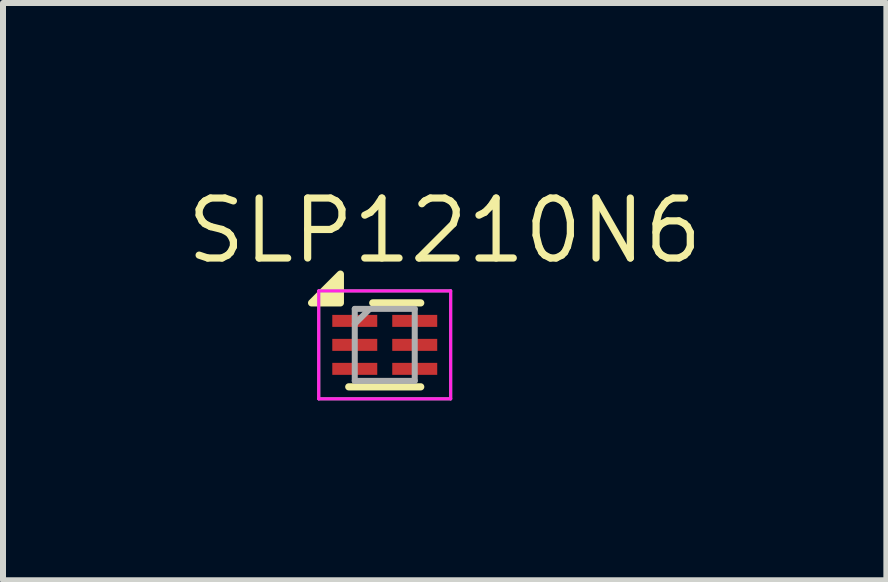
<source format=kicad_pcb>
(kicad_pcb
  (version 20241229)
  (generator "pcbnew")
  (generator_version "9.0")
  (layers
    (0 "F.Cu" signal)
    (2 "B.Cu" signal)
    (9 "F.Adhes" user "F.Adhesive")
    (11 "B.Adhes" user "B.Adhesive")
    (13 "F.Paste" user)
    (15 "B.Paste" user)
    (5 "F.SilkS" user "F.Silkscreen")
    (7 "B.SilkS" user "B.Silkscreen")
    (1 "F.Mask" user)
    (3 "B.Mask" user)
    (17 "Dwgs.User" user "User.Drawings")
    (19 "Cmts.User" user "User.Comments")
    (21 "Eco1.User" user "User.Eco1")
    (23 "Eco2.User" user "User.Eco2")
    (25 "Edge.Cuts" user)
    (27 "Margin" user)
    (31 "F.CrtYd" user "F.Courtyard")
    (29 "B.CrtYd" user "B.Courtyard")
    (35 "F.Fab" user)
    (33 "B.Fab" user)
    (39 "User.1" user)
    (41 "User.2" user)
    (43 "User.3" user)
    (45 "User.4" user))
  (footprint "SLP1210N6"
    (layer "F.Cu")
    (at 3.366 2.701)
    (property "Reference" "SLP1210N6" (at 1 -1.905 0) (layer "F.SilkS") (effects (font (size 1 1) (thickness 0.12))))
    (attr smd)
    (fp_line (start -0.6 0.7) (end 0.6 0.7) (stroke (width 0.12) (type solid)) (layer "F.SilkS"))
    (fp_line (start -0.2 -0.7) (end 0.6 -0.7) (stroke (width 0.12) (type solid)) (layer "F.SilkS"))
    (fp_poly (pts (xy -0.74 -0.7) (xy -1.22 -0.7) (xy -0.74 -1.18) (xy -0.74 -0.7)) (stroke (width 0.12) (type solid)) (fill yes) (layer "F.SilkS"))
    (fp_line (start -1.101 -0.9) (end 1.099 -0.9) (stroke (width 0.05) (type solid)) (layer "F.CrtYd"))
    (fp_line (start -1.101 0.9) (end -1.101 -0.9) (stroke (width 0.05) (type solid)) (layer "F.CrtYd"))
    (fp_line (start 1.099 -0.9) (end 1.099 0.9) (stroke (width 0.05) (type solid)) (layer "F.CrtYd"))
    (fp_line (start 1.099 0.9) (end -1.101 0.9) (stroke (width 0.05) (type solid)) (layer "F.CrtYd"))
    (fp_line (start -1.1 -0.9) (end 1.1 -0.9) (stroke (width 0.05) (type solid)) (layer "F.Fab"))
    (fp_line (start -1.1 0.9) (end -1.1 -0.9) (stroke (width 0.05) (type solid)) (layer "F.Fab"))
    (fp_line (start -0.5 -0.6) (end 0.5 -0.6) (stroke (width 0.1) (type solid)) (layer "F.Fab"))
    (fp_line (start -0.5 -0.35) (end -0.25 -0.6) (stroke (width 0.1) (type solid)) (layer "F.Fab"))
    (fp_line (start -0.5 0.6) (end -0.5 -0.6) (stroke (width 0.1) (type solid)) (layer "F.Fab"))
    (fp_line (start 0.5 -0.6) (end 0.5 0.6) (stroke (width 0.1) (type solid)) (layer "F.Fab"))
    (fp_line (start 0.5 0.6) (end -0.5 0.6) (stroke (width 0.1) (type solid)) (layer "F.Fab"))
    (fp_line (start 1.1 -0.9) (end 1.1 0.9) (stroke (width 0.05) (type solid)) (layer "F.Fab"))
    (fp_line (start 1.1 0.9) (end -1.1 0.9) (stroke (width 0.05) (type solid)) (layer "F.Fab"))
    (pad "1" smd rect (at -0.5 -0.4) (size 0.75 0.2) (layers "F.Cu" "F.Mask" "F.Paste"))
    (pad "2" smd rect (at -0.5 0) (size 0.75 0.2) (layers "F.Cu" "F.Mask" "F.Paste"))
    (pad "3" smd rect (at -0.5 0.4) (size 0.75 0.2) (layers "F.Cu" "F.Mask" "F.Paste"))
    (pad "4" smd rect (at 0.5 0.4) (size 0.75 0.2) (layers "F.Cu" "F.Mask" "F.Paste"))
    (pad "5" smd rect (at 0.5 0) (size 0.75 0.2) (layers "F.Cu" "F.Mask" "F.Paste"))
    (pad "6" smd rect (at 0.5 -0.4) (size 0.75 0.2) (layers "F.Cu" "F.Mask" "F.Paste")))
  (gr_rect
    (start -3 -3)
    (end 11.731 6.626)
    (stroke (width 0.1) (type default))
    (fill no)
    (layer "Edge.Cuts")))
</source>
